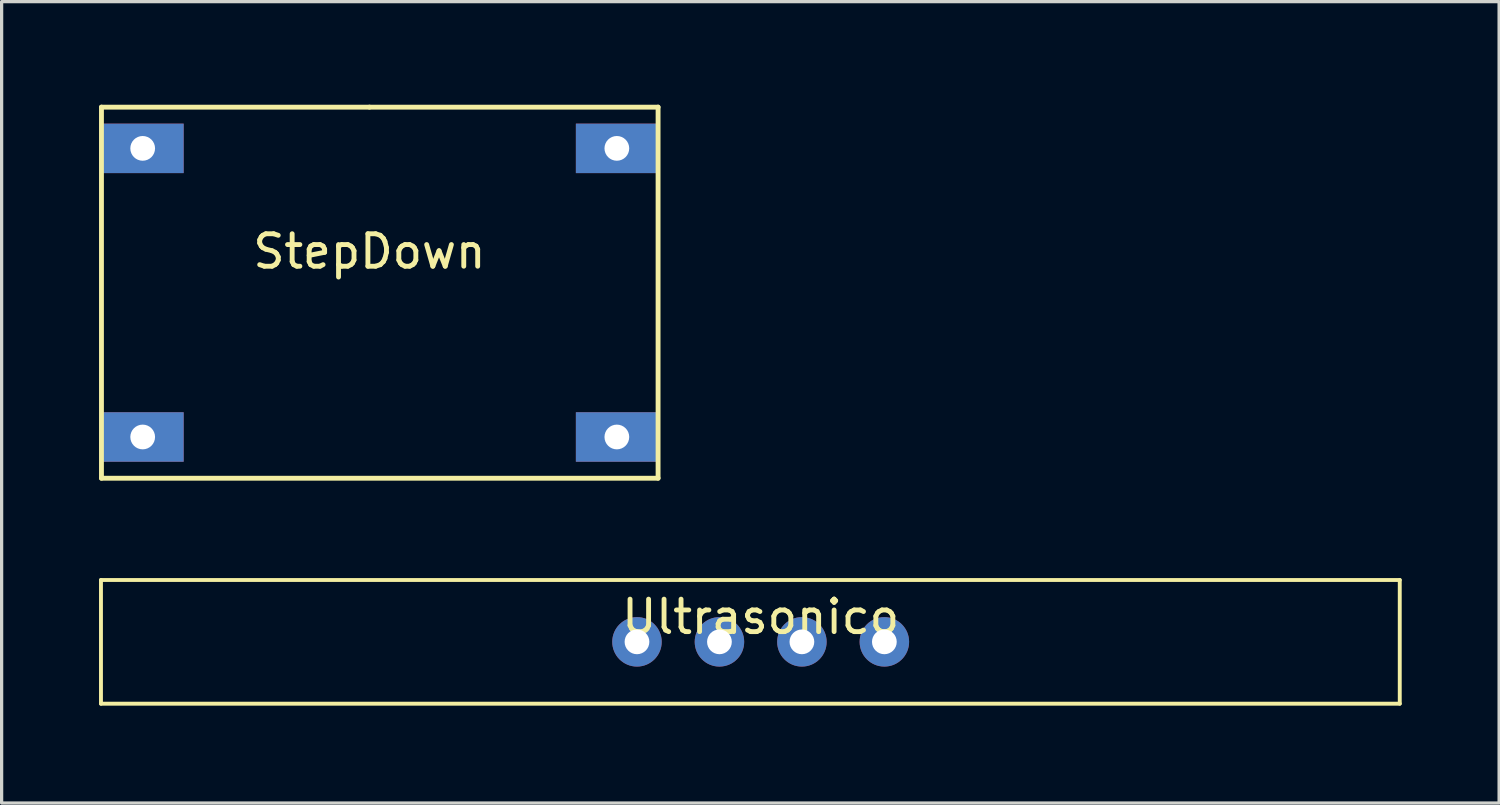
<source format=kicad_pcb>
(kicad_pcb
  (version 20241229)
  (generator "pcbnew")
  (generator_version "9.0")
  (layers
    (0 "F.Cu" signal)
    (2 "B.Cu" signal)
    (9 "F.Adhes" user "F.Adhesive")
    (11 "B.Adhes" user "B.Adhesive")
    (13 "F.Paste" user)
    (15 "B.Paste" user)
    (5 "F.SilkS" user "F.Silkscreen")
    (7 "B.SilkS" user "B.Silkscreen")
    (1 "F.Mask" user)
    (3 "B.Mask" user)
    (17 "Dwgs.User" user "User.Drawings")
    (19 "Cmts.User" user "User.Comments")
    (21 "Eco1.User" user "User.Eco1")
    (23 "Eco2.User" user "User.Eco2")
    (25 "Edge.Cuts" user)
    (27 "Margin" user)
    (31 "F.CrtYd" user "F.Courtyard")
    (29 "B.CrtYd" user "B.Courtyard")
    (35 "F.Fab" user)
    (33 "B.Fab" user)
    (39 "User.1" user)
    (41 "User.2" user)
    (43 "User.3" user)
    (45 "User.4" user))
  (footprint "StepDown"
    (layer "F.Cu")
    (at 8.33 0.25)
    (property "Reference" "StepDown" (at 0 4.445 0) (layer "F.SilkS") (effects (font (size 1 1) (thickness 0.15))))
    (attr through_hole)
    (fp_line (start -8.255 0) (end 0 0) (stroke (width 0.15) (type solid)) (layer "F.SilkS"))
    (fp_line (start -8.255 11.43) (end -8.255 0) (stroke (width 0.15) (type solid)) (layer "F.SilkS"))
    (fp_line (start 0 0) (end 8.89 0) (stroke (width 0.15) (type solid)) (layer "F.SilkS"))
    (fp_line (start 8.89 0) (end 8.89 11.43) (stroke (width 0.15) (type solid)) (layer "F.SilkS"))
    (fp_line (start 8.89 11.43) (end -8.255 11.43) (stroke (width 0.15) (type solid)) (layer "F.SilkS"))
    (pad "1" thru_hole rect (at -6.985 1.27) (size 2.524 1.524) (drill 0.762) (layers "*.Cu" "*.Mask"))
    (pad "2" thru_hole rect (at 7.62 1.27) (size 2.524 1.524) (drill 0.762) (layers "*.Cu" "*.Mask"))
    (pad "3" thru_hole rect (at -6.985 10.16) (size 2.524 1.524) (drill 0.762) (layers "*.Cu" "*.Mask"))
    (pad "4" thru_hole rect (at 7.62 10.16) (size 2.524 1.524) (drill 0.762) (layers "*.Cu" "*.Mask")))
  (footprint "Ultrasonico"
    (layer "F.Cu")
    (at 20.38 15.45)
    (property "Reference" "Ultrasonico" (at 0 0.5 0) (layer "F.SilkS") (effects (font (size 1 1) (thickness 0.15))))
    (attr through_hole)
    (fp_line (start -20.32 -0.635) (end 19.685 -0.635) (stroke (width 0.12) (type solid)) (layer "F.SilkS"))
    (fp_line (start -20.32 3.175) (end -20.32 -0.635) (stroke (width 0.12) (type solid)) (layer "F.SilkS"))
    (fp_line (start 19.685 -0.635) (end 19.685 3.175) (stroke (width 0.12) (type solid)) (layer "F.SilkS"))
    (fp_line (start 19.685 3.175) (end -20.32 3.175) (stroke (width 0.12) (type solid)) (layer "F.SilkS"))
    (pad "1" thru_hole circle (at -3.81 1.27) (size 1.524 1.524) (drill 0.762) (layers "*.Mask" "B.Cu"))
    (pad "2" thru_hole circle (at -1.27 1.27) (size 1.524 1.524) (drill 0.762) (layers "*.Mask" "B.Cu"))
    (pad "3" thru_hole circle (at 1.27 1.27) (size 1.524 1.524) (drill 0.762) (layers "*.Mask" "B.Cu"))
    (pad "4" thru_hole circle (at 3.81 1.27) (size 1.524 1.524) (drill 0.762) (layers "*.Mask" "B.Cu")))
  (gr_rect
    (start -3 -3)
    (end 43.125 21.685)
    (stroke (width 0.1) (type default))
    (fill no)
    (layer "Edge.Cuts")))
</source>
